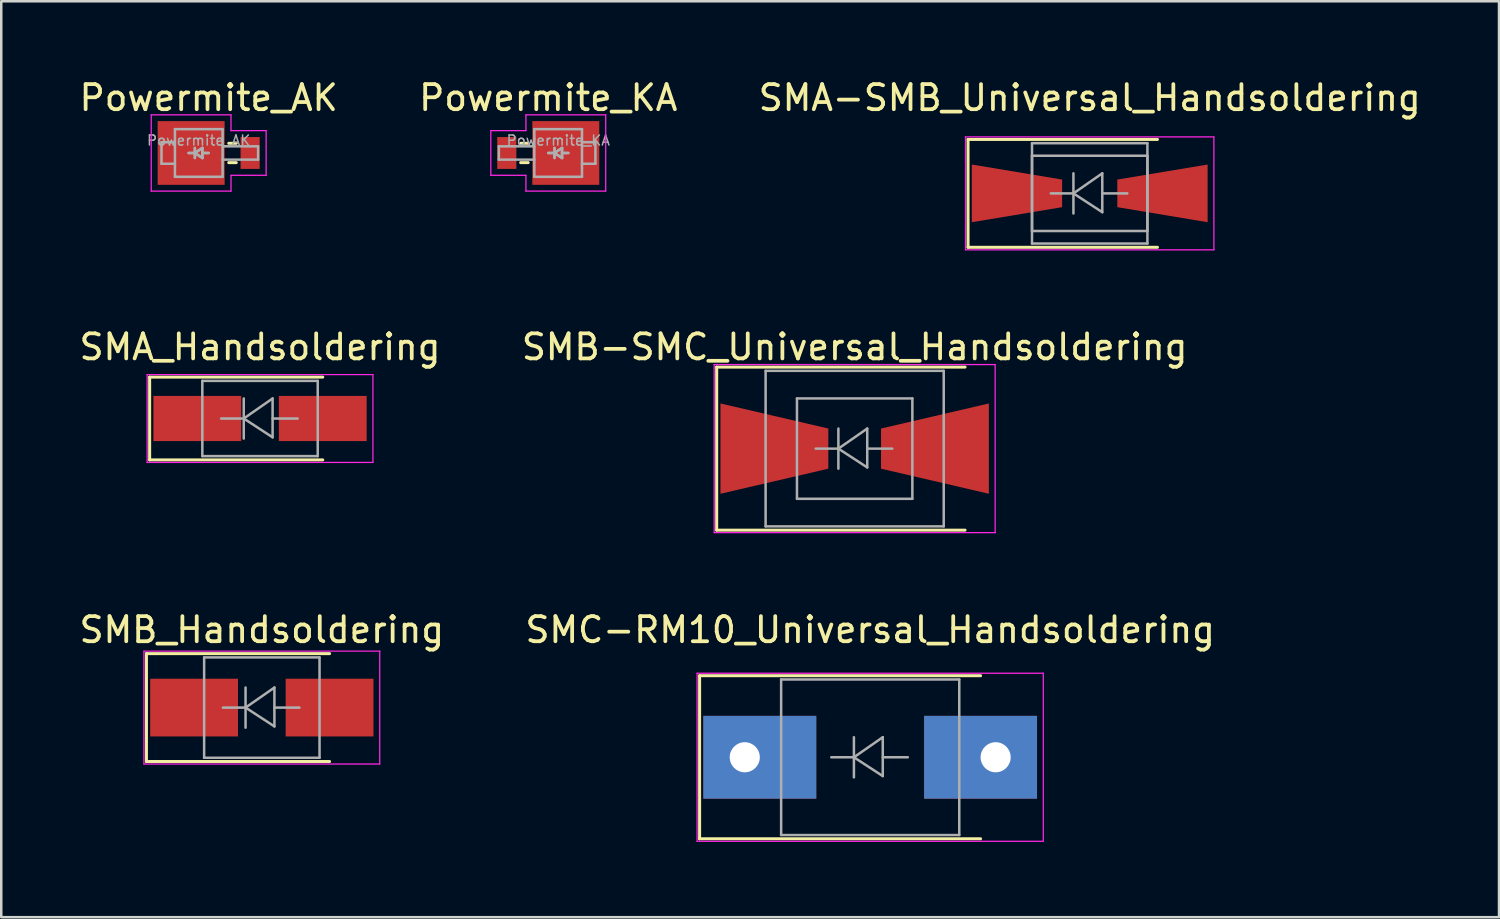
<source format=kicad_pcb>
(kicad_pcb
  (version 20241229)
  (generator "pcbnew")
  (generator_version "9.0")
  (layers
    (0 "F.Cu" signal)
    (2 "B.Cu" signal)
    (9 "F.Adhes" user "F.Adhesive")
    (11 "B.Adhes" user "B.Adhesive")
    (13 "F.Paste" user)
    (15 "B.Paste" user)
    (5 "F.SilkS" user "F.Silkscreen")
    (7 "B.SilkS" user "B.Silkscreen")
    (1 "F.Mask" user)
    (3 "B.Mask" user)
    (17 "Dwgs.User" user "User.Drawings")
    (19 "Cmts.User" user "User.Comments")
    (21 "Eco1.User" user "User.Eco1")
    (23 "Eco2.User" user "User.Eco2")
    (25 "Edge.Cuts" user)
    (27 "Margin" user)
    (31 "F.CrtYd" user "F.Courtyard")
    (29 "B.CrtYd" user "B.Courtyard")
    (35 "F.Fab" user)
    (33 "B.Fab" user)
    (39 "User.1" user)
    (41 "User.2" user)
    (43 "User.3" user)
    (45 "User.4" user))
  (footprint "Powermite_KA"
    (layer "F.Cu")
    (at 18.804 3.048)
    (property "Reference" "Powermite_KA" (at 0 -2.2 0) (layer "F.SilkS") (effects (font (size 1 1) (thickness 0.15))))
    (attr smd)
    (fp_line (start -1.1 -0.385) (end -0.8 -0.385) (stroke (width 0.12) (type solid)) (layer "F.SilkS"))
    (fp_line (start -1.1 0.385) (end -0.8 0.385) (stroke (width 0.12) (type solid)) (layer "F.SilkS"))
    (fp_line (start -2.29 -0.89) (end -2.29 0.89) (stroke (width 0.05) (type solid)) (layer "F.CrtYd"))
    (fp_line (start -2.29 0.89) (end -0.89 0.89) (stroke (width 0.05) (type solid)) (layer "F.CrtYd"))
    (fp_line (start -0.89 -1.52) (end -0.89 -0.89) (stroke (width 0.05) (type solid)) (layer "F.CrtYd"))
    (fp_line (start -0.89 -0.89) (end -2.29 -0.89) (stroke (width 0.05) (type solid)) (layer "F.CrtYd"))
    (fp_line (start -0.89 0.89) (end -0.89 1.52) (stroke (width 0.05) (type solid)) (layer "F.CrtYd"))
    (fp_line (start -0.89 1.52) (end 2.29 1.52) (stroke (width 0.05) (type solid)) (layer "F.CrtYd"))
    (fp_line (start 2.29 -1.52) (end -0.89 -1.52) (stroke (width 0.05) (type solid)) (layer "F.CrtYd"))
    (fp_line (start 2.29 1.52) (end 2.29 -1.52) (stroke (width 0.05) (type solid)) (layer "F.CrtYd"))
    (fp_line (start -1.97 -0.265) (end -1.97 0.265) (stroke (width 0.1) (type solid)) (layer "F.Fab"))
    (fp_line (start -1.97 -0.265) (end -0.555 -0.265) (stroke (width 0.1) (type solid)) (layer "F.Fab"))
    (fp_line (start -1.97 0.265) (end -0.555 0.265) (stroke (width 0.1) (type solid)) (layer "F.Fab"))
    (fp_line (start -0.555 -0.95) (end -0.555 0.95) (stroke (width 0.1) (type solid)) (layer "F.Fab"))
    (fp_line (start -0.555 0.95) (end 1.345 0.95) (stroke (width 0.1) (type solid)) (layer "F.Fab"))
    (fp_line (start 0.25 0) (end 0 0) (stroke (width 0.1) (type solid)) (layer "F.Fab"))
    (fp_line (start 0.25 0) (end 0 0) (stroke (width 0.1) (type solid)) (layer "F.Fab"))
    (fp_line (start 0.25 0) (end 0.55 0.2) (stroke (width 0.1) (type solid)) (layer "F.Fab"))
    (fp_line (start 0.25 0) (end 0.55 0.2) (stroke (width 0.1) (type solid)) (layer "F.Fab"))
    (fp_line (start 0.25 0.2) (end 0.25 -0.2) (stroke (width 0.1) (type solid)) (layer "F.Fab"))
    (fp_line (start 0.25 0.2) (end 0.25 -0.2) (stroke (width 0.1) (type solid)) (layer "F.Fab"))
    (fp_line (start 0.55 -0.2) (end 0.25 0) (stroke (width 0.1) (type solid)) (layer "F.Fab"))
    (fp_line (start 0.55 -0.2) (end 0.25 0) (stroke (width 0.1) (type solid)) (layer "F.Fab"))
    (fp_line (start 0.55 0) (end 0.8 0) (stroke (width 0.1) (type solid)) (layer "F.Fab"))
    (fp_line (start 0.55 0) (end 0.8 0) (stroke (width 0.1) (type solid)) (layer "F.Fab"))
    (fp_line (start 0.55 0.2) (end 0.55 -0.2) (stroke (width 0.1) (type solid)) (layer "F.Fab"))
    (fp_line (start 0.55 0.2) (end 0.55 -0.2) (stroke (width 0.1) (type solid)) (layer "F.Fab"))
    (fp_line (start 1.345 -0.95) (end -0.555 -0.95) (stroke (width 0.1) (type solid)) (layer "F.Fab"))
    (fp_line (start 1.345 -0.43) (end 1.88 -0.43) (stroke (width 0.1) (type solid)) (layer "F.Fab"))
    (fp_line (start 1.345 0.95) (end 1.345 -0.95) (stroke (width 0.1) (type solid)) (layer "F.Fab"))
    (fp_line (start 1.88 -0.43) (end 1.88 0.43) (stroke (width 0.1) (type solid)) (layer "F.Fab"))
    (fp_line (start 1.88 0.43) (end 1.345 0.43) (stroke (width 0.1) (type solid)) (layer "F.Fab"))
    (fp_text user "${REFERENCE}" (at 0.4 -0.5 0) (layer "F.Fab") (effects (font (size 0.4 0.4) (thickness 0.06))))
    (pad "1" smd rect (at -1.653 0) (size 0.762 1.27) (layers "F.Cu" "F.Mask" "F.Paste"))
    (pad "2" smd rect (at 0.699 0) (size 2.67 2.54) (layers "F.Cu" "F.Mask" "F.Paste")))
  (footprint "Powermite_AK"
    (layer "F.Cu")
    (at 5.268 3.048)
    (property "Reference" "Powermite_AK" (at 0 -2.2 0) (layer "F.SilkS") (effects (font (size 1 1) (thickness 0.15))))
    (attr smd)
    (fp_line (start 1.1 -0.385) (end 0.8 -0.385) (stroke (width 0.12) (type solid)) (layer "F.SilkS"))
    (fp_line (start 1.1 0.385) (end 0.8 0.385) (stroke (width 0.12) (type solid)) (layer "F.SilkS"))
    (fp_line (start -2.29 -1.52) (end -2.29 1.52) (stroke (width 0.05) (type solid)) (layer "F.CrtYd"))
    (fp_line (start -2.29 1.52) (end 0.89 1.52) (stroke (width 0.05) (type solid)) (layer "F.CrtYd"))
    (fp_line (start 0.89 -1.52) (end -2.29 -1.52) (stroke (width 0.05) (type solid)) (layer "F.CrtYd"))
    (fp_line (start 0.89 -0.89) (end 0.89 -1.52) (stroke (width 0.05) (type solid)) (layer "F.CrtYd"))
    (fp_line (start 0.89 0.89) (end 2.29 0.89) (stroke (width 0.05) (type solid)) (layer "F.CrtYd"))
    (fp_line (start 0.89 1.52) (end 0.89 0.89) (stroke (width 0.05) (type solid)) (layer "F.CrtYd"))
    (fp_line (start 2.29 -0.89) (end 0.89 -0.89) (stroke (width 0.05) (type solid)) (layer "F.CrtYd"))
    (fp_line (start 2.29 0.89) (end 2.29 -0.89) (stroke (width 0.05) (type solid)) (layer "F.CrtYd"))
    (fp_line (start -1.88 -0.43) (end -1.345 -0.43) (stroke (width 0.1) (type solid)) (layer "F.Fab"))
    (fp_line (start -1.88 0.43) (end -1.88 -0.43) (stroke (width 0.1) (type solid)) (layer "F.Fab"))
    (fp_line (start -1.345 -0.95) (end -1.345 0.95) (stroke (width 0.1) (type solid)) (layer "F.Fab"))
    (fp_line (start -1.345 0.43) (end -1.88 0.43) (stroke (width 0.1) (type solid)) (layer "F.Fab"))
    (fp_line (start -1.345 0.95) (end 0.555 0.95) (stroke (width 0.1) (type solid)) (layer "F.Fab"))
    (fp_line (start -0.55 0) (end -0.8 0) (stroke (width 0.1) (type solid)) (layer "F.Fab"))
    (fp_line (start -0.55 0) (end -0.8 0) (stroke (width 0.1) (type solid)) (layer "F.Fab"))
    (fp_line (start -0.55 0) (end -0.25 0.2) (stroke (width 0.1) (type solid)) (layer "F.Fab"))
    (fp_line (start -0.55 0) (end -0.25 0.2) (stroke (width 0.1) (type solid)) (layer "F.Fab"))
    (fp_line (start -0.55 0.2) (end -0.55 -0.2) (stroke (width 0.1) (type solid)) (layer "F.Fab"))
    (fp_line (start -0.55 0.2) (end -0.55 -0.2) (stroke (width 0.1) (type solid)) (layer "F.Fab"))
    (fp_line (start -0.25 -0.2) (end -0.55 0) (stroke (width 0.1) (type solid)) (layer "F.Fab"))
    (fp_line (start -0.25 -0.2) (end -0.55 0) (stroke (width 0.1) (type solid)) (layer "F.Fab"))
    (fp_line (start -0.25 0) (end 0 0) (stroke (width 0.1) (type solid)) (layer "F.Fab"))
    (fp_line (start -0.25 0) (end 0 0) (stroke (width 0.1) (type solid)) (layer "F.Fab"))
    (fp_line (start -0.25 0.2) (end -0.25 -0.2) (stroke (width 0.1) (type solid)) (layer "F.Fab"))
    (fp_line (start -0.25 0.2) (end -0.25 -0.2) (stroke (width 0.1) (type solid)) (layer "F.Fab"))
    (fp_line (start 0.555 -0.95) (end -1.345 -0.95) (stroke (width 0.1) (type solid)) (layer "F.Fab"))
    (fp_line (start 0.555 0.95) (end 0.555 -0.95) (stroke (width 0.1) (type solid)) (layer "F.Fab"))
    (fp_line (start 1.97 -0.265) (end 0.555 -0.265) (stroke (width 0.1) (type solid)) (layer "F.Fab"))
    (fp_line (start 1.97 0.265) (end 0.555 0.265) (stroke (width 0.1) (type solid)) (layer "F.Fab"))
    (fp_line (start 1.97 0.265) (end 1.97 -0.265) (stroke (width 0.1) (type solid)) (layer "F.Fab"))
    (fp_text user "${REFERENCE}" (at -0.4 -0.5 0) (layer "F.Fab") (effects (font (size 0.4 0.4) (thickness 0.06))))
    (pad "1" smd rect (at -0.699 0) (size 2.67 2.54) (layers "F.Cu" "F.Mask" "F.Paste"))
    (pad "2" smd rect (at 1.653 0) (size 0.762 1.27) (layers "F.Cu" "F.Mask" "F.Paste")))
  (footprint "SMA-SMB_Universal_Handsoldering"
    (layer "F.Cu")
    (at 40.387 4.658)
    (property "Reference" "SMA-SMB_Universal_Handsoldering" (at 0 -3.81 0) (layer "F.SilkS") (effects (font (size 1 1) (thickness 0.15))))
    (attr smd)
    (fp_line (start -4.85 -2.15) (end -4.85 2.15) (stroke (width 0.12) (type solid)) (layer "F.SilkS"))
    (fp_line (start -4.85 -2.15) (end 2.7 -2.15) (stroke (width 0.12) (type solid)) (layer "F.SilkS"))
    (fp_line (start -4.85 2.15) (end 2.7 2.15) (stroke (width 0.12) (type solid)) (layer "F.SilkS"))
    (fp_line (start -4.95 -2.25) (end 4.95 -2.25) (stroke (width 0.05) (type solid)) (layer "F.CrtYd"))
    (fp_line (start -4.95 2.25) (end -4.95 -2.25) (stroke (width 0.05) (type solid)) (layer "F.CrtYd"))
    (fp_line (start 4.95 -2.25) (end 4.95 2.25) (stroke (width 0.05) (type solid)) (layer "F.CrtYd"))
    (fp_line (start 4.95 2.25) (end -4.95 2.25) (stroke (width 0.05) (type solid)) (layer "F.CrtYd"))
    (fp_line (start -2.3 1.5) (end -2.3 -1.5) (stroke (width 0.1) (type solid)) (layer "F.Fab"))
    (fp_line (start -2.3 2) (end -2.3 -2) (stroke (width 0.1) (type solid)) (layer "F.Fab"))
    (fp_line (start -0.649 -0.799) (end -0.649 0.801) (stroke (width 0.1) (type solid)) (layer "F.Fab"))
    (fp_line (start -0.649 0.001) (end -1.551 0.001) (stroke (width 0.1) (type solid)) (layer "F.Fab"))
    (fp_line (start -0.649 0.001) (end 0.501 -0.799) (stroke (width 0.1) (type solid)) (layer "F.Fab"))
    (fp_line (start -0.649 0.001) (end 0.501 0.75) (stroke (width 0.1) (type solid)) (layer "F.Fab"))
    (fp_line (start 0.501 0.001) (end 1.499 0.001) (stroke (width 0.1) (type solid)) (layer "F.Fab"))
    (fp_line (start 0.501 0.75) (end 0.501 -0.799) (stroke (width 0.1) (type solid)) (layer "F.Fab"))
    (fp_line (start 2.3 -2) (end -2.3 -2) (stroke (width 0.1) (type solid)) (layer "F.Fab"))
    (fp_line (start 2.3 -2) (end 2.3 2) (stroke (width 0.1) (type solid)) (layer "F.Fab"))
    (fp_line (start 2.3 -1.5) (end -2.3 -1.5) (stroke (width 0.1) (type solid)) (layer "F.Fab"))
    (fp_line (start 2.3 -1.5) (end 2.3 1.5) (stroke (width 0.1) (type solid)) (layer "F.Fab"))
    (fp_line (start 2.3 1.5) (end -2.3 1.5) (stroke (width 0.1) (type solid)) (layer "F.Fab"))
    (fp_line (start 2.3 2) (end -2.3 2) (stroke (width 0.1) (type solid)) (layer "F.Fab"))
    (pad "1" smd trapezoid (at -2.9 0) (size 3.6 1.7) (rect_delta 0.6 0) (layers "F.Cu" "F.Mask" "F.Paste"))
    (pad "2" smd trapezoid (at 2.9 0 180) (size 3.6 1.7) (rect_delta 0.6 0) (layers "F.Cu" "F.Mask" "F.Paste")))
  (footprint "SMB-SMC_Universal_Handsoldering"
    (layer "F.Cu")
    (at 31.018 14.832)
    (property "Reference" "SMB-SMC_Universal_Handsoldering" (at 0 -4.05 0) (layer "F.SilkS") (effects (font (size 1 1) (thickness 0.15))))
    (attr smd)
    (fp_line (start -5.5 -3.25) (end 4.4 -3.25) (stroke (width 0.12) (type solid)) (layer "F.SilkS"))
    (fp_line (start -5.5 3.25) (end -5.5 -3.25) (stroke (width 0.12) (type solid)) (layer "F.SilkS"))
    (fp_line (start -5.5 3.25) (end 4.4 3.25) (stroke (width 0.12) (type solid)) (layer "F.SilkS"))
    (fp_line (start -5.6 -3.35) (end 5.6 -3.35) (stroke (width 0.05) (type solid)) (layer "F.CrtYd"))
    (fp_line (start -5.6 3.35) (end -5.6 -3.35) (stroke (width 0.05) (type solid)) (layer "F.CrtYd"))
    (fp_line (start 5.6 -3.35) (end 5.6 3.35) (stroke (width 0.05) (type solid)) (layer "F.CrtYd"))
    (fp_line (start 5.6 3.35) (end -5.6 3.35) (stroke (width 0.05) (type solid)) (layer "F.CrtYd"))
    (fp_line (start -3.55 3.1) (end -3.55 -3.1) (stroke (width 0.1) (type solid)) (layer "F.Fab"))
    (fp_line (start -2.3 2) (end -2.3 -2) (stroke (width 0.1) (type solid)) (layer "F.Fab"))
    (fp_line (start -0.649 -0.799) (end -0.649 0.801) (stroke (width 0.1) (type solid)) (layer "F.Fab"))
    (fp_line (start -0.649 0.001) (end -1.551 0.001) (stroke (width 0.1) (type solid)) (layer "F.Fab"))
    (fp_line (start -0.649 0.001) (end 0.501 -0.799) (stroke (width 0.1) (type solid)) (layer "F.Fab"))
    (fp_line (start -0.649 0.001) (end 0.501 0.75) (stroke (width 0.1) (type solid)) (layer "F.Fab"))
    (fp_line (start 0.501 0.001) (end 1.499 0.001) (stroke (width 0.1) (type solid)) (layer "F.Fab"))
    (fp_line (start 0.501 0.75) (end 0.501 -0.799) (stroke (width 0.1) (type solid)) (layer "F.Fab"))
    (fp_line (start 2.3 -2) (end -2.3 -2) (stroke (width 0.1) (type solid)) (layer "F.Fab"))
    (fp_line (start 2.3 -2) (end 2.3 2) (stroke (width 0.1) (type solid)) (layer "F.Fab"))
    (fp_line (start 2.3 2) (end -2.3 2) (stroke (width 0.1) (type solid)) (layer "F.Fab"))
    (fp_line (start 3.55 -3.1) (end -3.55 -3.1) (stroke (width 0.1) (type solid)) (layer "F.Fab"))
    (fp_line (start 3.55 -3.1) (end 3.55 3.1) (stroke (width 0.1) (type solid)) (layer "F.Fab"))
    (fp_line (start 3.55 3.1) (end -3.55 3.1) (stroke (width 0.1) (type solid)) (layer "F.Fab"))
    (pad "1" smd trapezoid (at -3.2 0) (size 4.3 2.6) (rect_delta 1 0) (layers "F.Cu" "F.Mask" "F.Paste"))
    (pad "2" smd trapezoid (at 3.2 0 180) (size 4.3 2.6) (rect_delta 1 0) (layers "F.Cu" "F.Mask" "F.Paste")))
  (footprint "SMC-RM10_Universal_Handsoldering"
    (layer "F.Cu")
    (at 31.637 27.135)
    (property "Reference" "SMC-RM10_Universal_Handsoldering" (at 0 -5.08 0) (layer "F.SilkS") (effects (font (size 1 1) (thickness 0.15))))
    (attr through_hole)
    (fp_line (start -6.8 -3.25) (end 4.4 -3.25) (stroke (width 0.12) (type solid)) (layer "F.SilkS"))
    (fp_line (start -6.8 3.25) (end -6.8 -3.25) (stroke (width 0.12) (type solid)) (layer "F.SilkS"))
    (fp_line (start -6.8 3.25) (end 4.4 3.25) (stroke (width 0.12) (type solid)) (layer "F.SilkS"))
    (fp_line (start -6.9 -3.35) (end 6.9 -3.35) (stroke (width 0.05) (type solid)) (layer "F.CrtYd"))
    (fp_line (start -6.9 3.35) (end -6.9 -3.35) (stroke (width 0.05) (type solid)) (layer "F.CrtYd"))
    (fp_line (start 6.9 -3.35) (end 6.9 3.35) (stroke (width 0.05) (type solid)) (layer "F.CrtYd"))
    (fp_line (start 6.9 3.35) (end -6.9 3.35) (stroke (width 0.05) (type solid)) (layer "F.CrtYd"))
    (fp_line (start -3.55 3.1) (end -3.55 -3.1) (stroke (width 0.1) (type solid)) (layer "F.Fab"))
    (fp_line (start -0.649 -0.799) (end -0.649 0.801) (stroke (width 0.1) (type solid)) (layer "F.Fab"))
    (fp_line (start -0.649 0.001) (end -1.551 0.001) (stroke (width 0.1) (type solid)) (layer "F.Fab"))
    (fp_line (start -0.649 0.001) (end 0.501 -0.799) (stroke (width 0.1) (type solid)) (layer "F.Fab"))
    (fp_line (start -0.649 0.001) (end 0.501 0.75) (stroke (width 0.1) (type solid)) (layer "F.Fab"))
    (fp_line (start 0.501 0.001) (end 1.499 0.001) (stroke (width 0.1) (type solid)) (layer "F.Fab"))
    (fp_line (start 0.501 0.75) (end 0.501 -0.799) (stroke (width 0.1) (type solid)) (layer "F.Fab"))
    (fp_line (start 3.55 -3.1) (end -3.55 -3.1) (stroke (width 0.1) (type solid)) (layer "F.Fab"))
    (fp_line (start 3.55 -3.1) (end 3.55 3.1) (stroke (width 0.1) (type solid)) (layer "F.Fab"))
    (fp_line (start 3.55 3.1) (end -3.55 3.1) (stroke (width 0.1) (type solid)) (layer "F.Fab"))
    (pad "1" thru_hole rect (at -5 0) (size 4.5 3.3) (drill 1.2 (offset 0.6 0)) (layers "*.Cu" "*.Mask"))
    (pad "2" thru_hole rect (at 5 0 180) (size 4.5 3.3) (drill 1.2 (offset 0.6 0)) (layers "*.Cu" "*.Mask")))
  (footprint "SMA_Handsoldering"
    (layer "F.Cu")
    (at 7.315 13.632)
    (property "Reference" "SMA_Handsoldering" (at 0 -2.85 0) (layer "F.SilkS") (effects (font (size 1 1) (thickness 0.15))))
    (attr smd)
    (fp_line (start -4.4 -1.65) (end -4.4 1.65) (stroke (width 0.12) (type solid)) (layer "F.SilkS"))
    (fp_line (start -4.4 -1.65) (end 2.5 -1.65) (stroke (width 0.12) (type solid)) (layer "F.SilkS"))
    (fp_line (start -4.4 1.65) (end 2.5 1.65) (stroke (width 0.12) (type solid)) (layer "F.SilkS"))
    (fp_line (start -4.5 -1.75) (end 4.5 -1.75) (stroke (width 0.05) (type solid)) (layer "F.CrtYd"))
    (fp_line (start -4.5 1.75) (end -4.5 -1.75) (stroke (width 0.05) (type solid)) (layer "F.CrtYd"))
    (fp_line (start 4.5 -1.75) (end 4.5 1.75) (stroke (width 0.05) (type solid)) (layer "F.CrtYd"))
    (fp_line (start 4.5 1.75) (end -4.5 1.75) (stroke (width 0.05) (type solid)) (layer "F.CrtYd"))
    (fp_line (start -2.3 1.5) (end -2.3 -1.5) (stroke (width 0.1) (type solid)) (layer "F.Fab"))
    (fp_line (start -0.649 -0.799) (end -0.649 0.801) (stroke (width 0.1) (type solid)) (layer "F.Fab"))
    (fp_line (start -0.649 0.001) (end -1.551 0.001) (stroke (width 0.1) (type solid)) (layer "F.Fab"))
    (fp_line (start -0.649 0.001) (end 0.501 -0.799) (stroke (width 0.1) (type solid)) (layer "F.Fab"))
    (fp_line (start -0.649 0.001) (end 0.501 0.75) (stroke (width 0.1) (type solid)) (layer "F.Fab"))
    (fp_line (start 0.501 0.001) (end 1.499 0.001) (stroke (width 0.1) (type solid)) (layer "F.Fab"))
    (fp_line (start 0.501 0.75) (end 0.501 -0.799) (stroke (width 0.1) (type solid)) (layer "F.Fab"))
    (fp_line (start 2.3 -1.5) (end -2.3 -1.5) (stroke (width 0.1) (type solid)) (layer "F.Fab"))
    (fp_line (start 2.3 -1.5) (end 2.3 1.5) (stroke (width 0.1) (type solid)) (layer "F.Fab"))
    (fp_line (start 2.3 1.5) (end -2.3 1.5) (stroke (width 0.1) (type solid)) (layer "F.Fab"))
    (pad "1" smd rect (at -2.5 0) (size 3.5 1.8) (layers "F.Cu" "F.Mask" "F.Paste"))
    (pad "2" smd rect (at 2.5 0) (size 3.5 1.8) (layers "F.Cu" "F.Mask" "F.Paste")))
  (footprint "SMB_Handsoldering"
    (layer "F.Cu")
    (at 7.387 25.155)
    (property "Reference" "SMB_Handsoldering" (at 0 -3.1 0) (layer "F.SilkS") (effects (font (size 1 1) (thickness 0.15))))
    (attr smd)
    (fp_line (start -4.6 -2.15) (end -4.6 2.15) (stroke (width 0.12) (type solid)) (layer "F.SilkS"))
    (fp_line (start -4.6 -2.15) (end 2.7 -2.15) (stroke (width 0.12) (type solid)) (layer "F.SilkS"))
    (fp_line (start -4.6 2.15) (end 2.7 2.15) (stroke (width 0.12) (type solid)) (layer "F.SilkS"))
    (fp_line (start -4.7 -2.25) (end 4.7 -2.25) (stroke (width 0.05) (type solid)) (layer "F.CrtYd"))
    (fp_line (start -4.7 2.25) (end -4.7 -2.25) (stroke (width 0.05) (type solid)) (layer "F.CrtYd"))
    (fp_line (start 4.7 -2.25) (end 4.7 2.25) (stroke (width 0.05) (type solid)) (layer "F.CrtYd"))
    (fp_line (start 4.7 2.25) (end -4.7 2.25) (stroke (width 0.05) (type solid)) (layer "F.CrtYd"))
    (fp_line (start -2.3 2) (end -2.3 -2) (stroke (width 0.1) (type solid)) (layer "F.Fab"))
    (fp_line (start -0.649 -0.799) (end -0.649 0.801) (stroke (width 0.1) (type solid)) (layer "F.Fab"))
    (fp_line (start -0.649 0.001) (end -1.551 0.001) (stroke (width 0.1) (type solid)) (layer "F.Fab"))
    (fp_line (start -0.649 0.001) (end 0.501 -0.799) (stroke (width 0.1) (type solid)) (layer "F.Fab"))
    (fp_line (start -0.649 0.001) (end 0.501 0.75) (stroke (width 0.1) (type solid)) (layer "F.Fab"))
    (fp_line (start 0.501 0.001) (end 1.499 0.001) (stroke (width 0.1) (type solid)) (layer "F.Fab"))
    (fp_line (start 0.501 0.75) (end 0.501 -0.799) (stroke (width 0.1) (type solid)) (layer "F.Fab"))
    (fp_line (start 2.3 -2) (end -2.3 -2) (stroke (width 0.1) (type solid)) (layer "F.Fab"))
    (fp_line (start 2.3 -2) (end 2.3 2) (stroke (width 0.1) (type solid)) (layer "F.Fab"))
    (fp_line (start 2.3 2) (end -2.3 2) (stroke (width 0.1) (type solid)) (layer "F.Fab"))
    (pad "1" smd rect (at -2.7 0) (size 3.5 2.3) (layers "F.Cu" "F.Mask" "F.Paste"))
    (pad "2" smd rect (at 2.7 0) (size 3.5 2.3) (layers "F.Cu" "F.Mask" "F.Paste")))
  (gr_rect
    (start -3 -3)
    (end 56.702 33.51)
    (stroke (width 0.1) (type default))
    (fill no)
    (layer "Edge.Cuts")))
</source>
